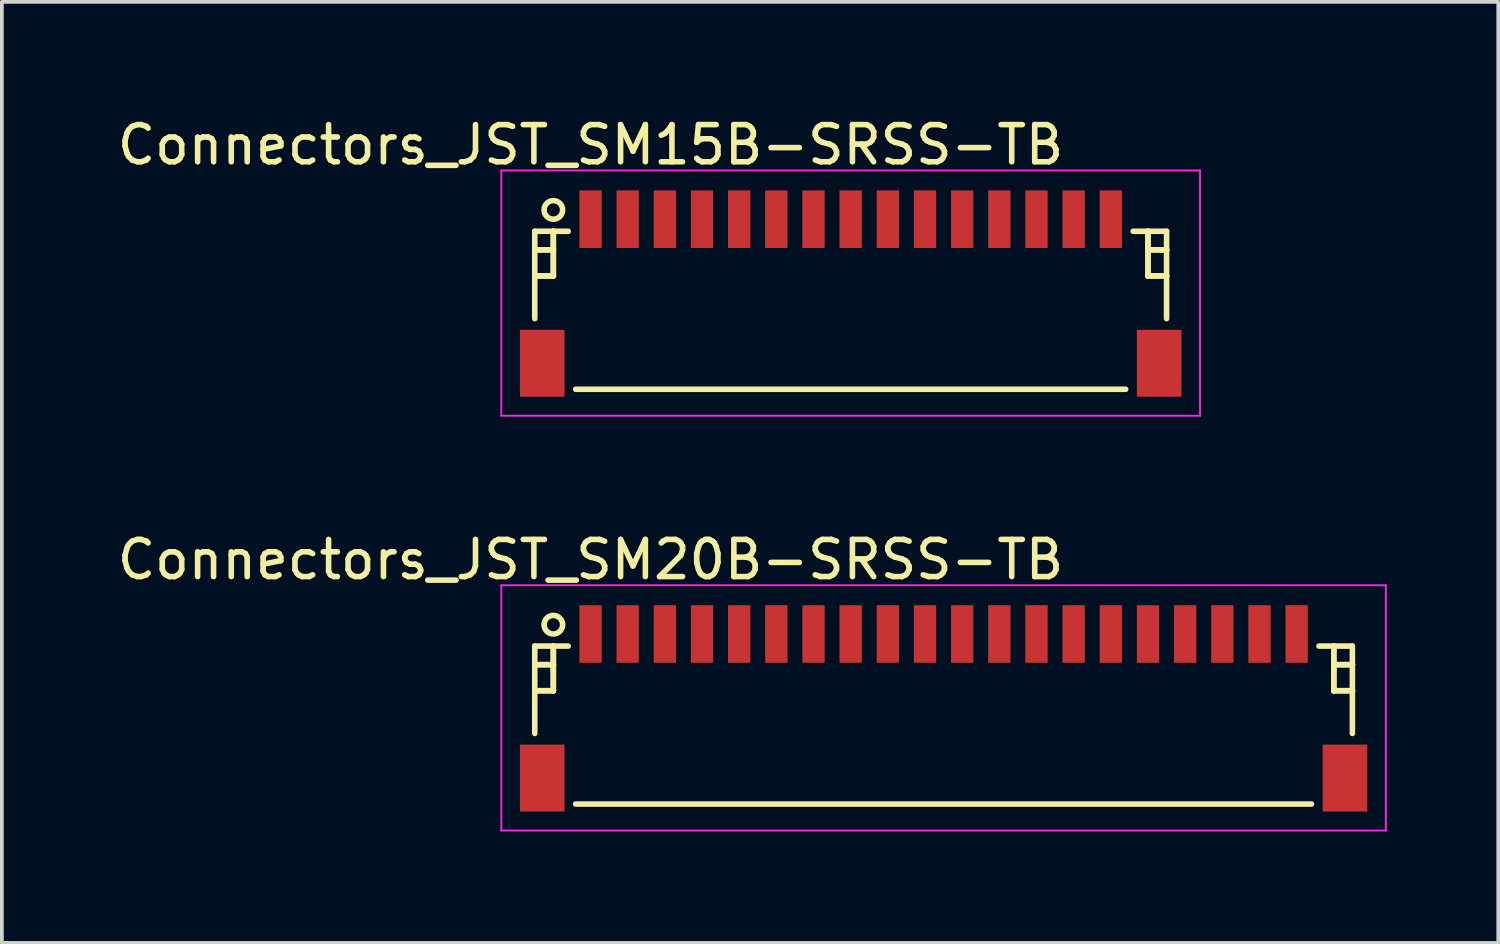
<source format=kicad_pcb>
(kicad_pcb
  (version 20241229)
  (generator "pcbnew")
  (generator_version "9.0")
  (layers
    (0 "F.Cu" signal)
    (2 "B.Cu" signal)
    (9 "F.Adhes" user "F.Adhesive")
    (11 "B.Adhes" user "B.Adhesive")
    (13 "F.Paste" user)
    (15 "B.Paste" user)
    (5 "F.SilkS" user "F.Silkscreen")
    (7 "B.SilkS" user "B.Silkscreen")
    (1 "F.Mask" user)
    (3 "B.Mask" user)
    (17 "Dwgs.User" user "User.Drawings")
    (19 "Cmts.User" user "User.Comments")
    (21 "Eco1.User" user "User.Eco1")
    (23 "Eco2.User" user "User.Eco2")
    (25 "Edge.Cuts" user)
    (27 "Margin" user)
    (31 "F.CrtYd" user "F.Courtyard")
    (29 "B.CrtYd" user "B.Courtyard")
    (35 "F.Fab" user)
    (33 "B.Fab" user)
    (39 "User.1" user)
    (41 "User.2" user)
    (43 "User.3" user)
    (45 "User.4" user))
  (footprint "Connectors_JST_SM20B-SRSS-TB"
    (layer "F.Cu")
    (at 22.339 15.947)
    (property "Reference" "Connectors_JST_SM20B-SRSS-TB" (at -9.5 -3.938 0) (layer "F.SilkS") (effects (font (size 1 1) (thickness 0.15))))
    (attr smd)
    (fp_line (start -11 -1.613) (end -10.1 -1.613) (stroke (width 0.15) (type solid)) (layer "F.SilkS"))
    (fp_line (start -11 -1.113) (end -11 -1.113) (stroke (width 0.15) (type solid)) (layer "F.SilkS"))
    (fp_line (start -11 -1.113) (end -10.5 -1.113) (stroke (width 0.15) (type solid)) (layer "F.SilkS"))
    (fp_line (start -11 -0.412) (end -11 -0.412) (stroke (width 0.15) (type solid)) (layer "F.SilkS"))
    (fp_line (start -11 -0.412) (end -10.5 -0.412) (stroke (width 0.15) (type solid)) (layer "F.SilkS"))
    (fp_line (start -11 0.738) (end -11 -1.613) (stroke (width 0.15) (type solid)) (layer "F.SilkS"))
    (fp_line (start -10.5 -1.613) (end -10.5 -1.613) (stroke (width 0.15) (type solid)) (layer "F.SilkS"))
    (fp_line (start -10.5 -1.613) (end -10.5 -0.412) (stroke (width 0.15) (type solid)) (layer "F.SilkS"))
    (fp_line (start -10.5 -1.113) (end -11 -1.113) (stroke (width 0.15) (type solid)) (layer "F.SilkS"))
    (fp_line (start -10.5 -1.113) (end -10.5 -1.113) (stroke (width 0.15) (type solid)) (layer "F.SilkS"))
    (fp_line (start -10.5 -0.412) (end -11 -0.412) (stroke (width 0.15) (type solid)) (layer "F.SilkS"))
    (fp_line (start -10.5 -0.412) (end -10.5 -1.613) (stroke (width 0.15) (type solid)) (layer "F.SilkS"))
    (fp_line (start -10.5 -0.412) (end -10.5 -0.412) (stroke (width 0.15) (type solid)) (layer "F.SilkS"))
    (fp_line (start -10.5 -0.412) (end -10.5 -0.412) (stroke (width 0.15) (type solid)) (layer "F.SilkS"))
    (fp_line (start -9.9 2.638) (end 9.9 2.638) (stroke (width 0.15) (type solid)) (layer "F.SilkS"))
    (fp_line (start 10.5 -1.613) (end 10.5 -1.613) (stroke (width 0.15) (type solid)) (layer "F.SilkS"))
    (fp_line (start 10.5 -1.613) (end 10.5 -0.412) (stroke (width 0.15) (type solid)) (layer "F.SilkS"))
    (fp_line (start 10.5 -1.113) (end 10.5 -1.113) (stroke (width 0.15) (type solid)) (layer "F.SilkS"))
    (fp_line (start 10.5 -1.113) (end 11 -1.113) (stroke (width 0.15) (type solid)) (layer "F.SilkS"))
    (fp_line (start 10.5 -0.412) (end 10.5 -1.613) (stroke (width 0.15) (type solid)) (layer "F.SilkS"))
    (fp_line (start 10.5 -0.412) (end 10.5 -0.412) (stroke (width 0.15) (type solid)) (layer "F.SilkS"))
    (fp_line (start 10.5 -0.412) (end 10.5 -0.412) (stroke (width 0.15) (type solid)) (layer "F.SilkS"))
    (fp_line (start 10.5 -0.412) (end 11 -0.412) (stroke (width 0.15) (type solid)) (layer "F.SilkS"))
    (fp_line (start 11 -1.613) (end 10.1 -1.613) (stroke (width 0.15) (type solid)) (layer "F.SilkS"))
    (fp_line (start 11 -1.113) (end 10.5 -1.113) (stroke (width 0.15) (type solid)) (layer "F.SilkS"))
    (fp_line (start 11 -1.113) (end 11 -1.113) (stroke (width 0.15) (type solid)) (layer "F.SilkS"))
    (fp_line (start 11 -0.412) (end 10.5 -0.412) (stroke (width 0.15) (type solid)) (layer "F.SilkS"))
    (fp_line (start 11 -0.412) (end 11 -0.412) (stroke (width 0.15) (type solid)) (layer "F.SilkS"))
    (fp_line (start 11 0.738) (end 11 -1.613) (stroke (width 0.15) (type solid)) (layer "F.SilkS"))
    (fp_circle (center -10.5 -2.188) (end -10.25 -2.188) (stroke (width 0.15) (type solid)) (fill no) (layer "F.SilkS"))
    (fp_line (start -11.9 -3.25) (end 11.9 -3.25) (stroke (width 0.05) (type solid)) (layer "F.CrtYd"))
    (fp_line (start -11.9 3.35) (end -11.9 -3.25) (stroke (width 0.05) (type solid)) (layer "F.CrtYd"))
    (fp_line (start 11.9 -3.25) (end 11.9 3.35) (stroke (width 0.05) (type solid)) (layer "F.CrtYd"))
    (fp_line (start 11.9 3.35) (end -11.9 3.35) (stroke (width 0.05) (type solid)) (layer "F.CrtYd"))
    (pad "" smd rect (at -10.8 1.938) (size 1.2 1.8) (layers "F.Cu" "F.Mask" "F.Paste"))
    (pad "" smd rect (at 10.8 1.938) (size 1.2 1.8) (layers "F.Cu" "F.Mask" "F.Paste"))
    (pad "1" smd rect (at -9.5 -1.938) (size 0.6 1.55) (layers "F.Cu" "F.Mask" "F.Paste"))
    (pad "2" smd rect (at -8.5 -1.938) (size 0.6 1.55) (layers "F.Cu" "F.Mask" "F.Paste"))
    (pad "3" smd rect (at -7.5 -1.938) (size 0.6 1.55) (layers "F.Cu" "F.Mask" "F.Paste"))
    (pad "4" smd rect (at -6.5 -1.938) (size 0.6 1.55) (layers "F.Cu" "F.Mask" "F.Paste"))
    (pad "5" smd rect (at -5.5 -1.938) (size 0.6 1.55) (layers "F.Cu" "F.Mask" "F.Paste"))
    (pad "6" smd rect (at -4.5 -1.938) (size 0.6 1.55) (layers "F.Cu" "F.Mask" "F.Paste"))
    (pad "7" smd rect (at -3.5 -1.938) (size 0.6 1.55) (layers "F.Cu" "F.Mask" "F.Paste"))
    (pad "8" smd rect (at -2.5 -1.938) (size 0.6 1.55) (layers "F.Cu" "F.Mask" "F.Paste"))
    (pad "9" smd rect (at -1.5 -1.938) (size 0.6 1.55) (layers "F.Cu" "F.Mask" "F.Paste"))
    (pad "10" smd rect (at -0.5 -1.938) (size 0.6 1.55) (layers "F.Cu" "F.Mask" "F.Paste"))
    (pad "11" smd rect (at 0.5 -1.938) (size 0.6 1.55) (layers "F.Cu" "F.Mask" "F.Paste"))
    (pad "12" smd rect (at 1.5 -1.938) (size 0.6 1.55) (layers "F.Cu" "F.Mask" "F.Paste"))
    (pad "13" smd rect (at 2.5 -1.938) (size 0.6 1.55) (layers "F.Cu" "F.Mask" "F.Paste"))
    (pad "14" smd rect (at 3.5 -1.938) (size 0.6 1.55) (layers "F.Cu" "F.Mask" "F.Paste"))
    (pad "15" smd rect (at 4.5 -1.938) (size 0.6 1.55) (layers "F.Cu" "F.Mask" "F.Paste"))
    (pad "16" smd rect (at 5.5 -1.938) (size 0.6 1.55) (layers "F.Cu" "F.Mask" "F.Paste"))
    (pad "17" smd rect (at 6.5 -1.938) (size 0.6 1.55) (layers "F.Cu" "F.Mask" "F.Paste"))
    (pad "18" smd rect (at 7.5 -1.938) (size 0.6 1.55) (layers "F.Cu" "F.Mask" "F.Paste"))
    (pad "19" smd rect (at 8.5 -1.938) (size 0.6 1.55) (layers "F.Cu" "F.Mask" "F.Paste"))
    (pad "20" smd rect (at 9.5 -1.938) (size 0.6 1.55) (layers "F.Cu" "F.Mask" "F.Paste")))
  (footprint "Connectors_JST_SM15B-SRSS-TB"
    (layer "F.Cu")
    (at 19.839 4.786)
    (property "Reference" "Connectors_JST_SM15B-SRSS-TB" (at -7 -3.938 0) (layer "F.SilkS") (effects (font (size 1 1) (thickness 0.15))))
    (attr smd)
    (fp_line (start -8.5 -1.613) (end -7.6 -1.613) (stroke (width 0.15) (type solid)) (layer "F.SilkS"))
    (fp_line (start -8.5 -1.113) (end -8.5 -1.113) (stroke (width 0.15) (type solid)) (layer "F.SilkS"))
    (fp_line (start -8.5 -1.113) (end -8 -1.113) (stroke (width 0.15) (type solid)) (layer "F.SilkS"))
    (fp_line (start -8.5 -0.412) (end -8.5 -0.412) (stroke (width 0.15) (type solid)) (layer "F.SilkS"))
    (fp_line (start -8.5 -0.412) (end -8 -0.412) (stroke (width 0.15) (type solid)) (layer "F.SilkS"))
    (fp_line (start -8.5 0.738) (end -8.5 -1.613) (stroke (width 0.15) (type solid)) (layer "F.SilkS"))
    (fp_line (start -8 -1.613) (end -8 -1.613) (stroke (width 0.15) (type solid)) (layer "F.SilkS"))
    (fp_line (start -8 -1.613) (end -8 -0.412) (stroke (width 0.15) (type solid)) (layer "F.SilkS"))
    (fp_line (start -8 -1.113) (end -8.5 -1.113) (stroke (width 0.15) (type solid)) (layer "F.SilkS"))
    (fp_line (start -8 -1.113) (end -8 -1.113) (stroke (width 0.15) (type solid)) (layer "F.SilkS"))
    (fp_line (start -8 -0.412) (end -8.5 -0.412) (stroke (width 0.15) (type solid)) (layer "F.SilkS"))
    (fp_line (start -8 -0.412) (end -8 -1.613) (stroke (width 0.15) (type solid)) (layer "F.SilkS"))
    (fp_line (start -8 -0.412) (end -8 -0.412) (stroke (width 0.15) (type solid)) (layer "F.SilkS"))
    (fp_line (start -8 -0.412) (end -8 -0.412) (stroke (width 0.15) (type solid)) (layer "F.SilkS"))
    (fp_line (start -7.4 2.638) (end 7.4 2.638) (stroke (width 0.15) (type solid)) (layer "F.SilkS"))
    (fp_line (start 8 -1.613) (end 8 -1.613) (stroke (width 0.15) (type solid)) (layer "F.SilkS"))
    (fp_line (start 8 -1.613) (end 8 -0.412) (stroke (width 0.15) (type solid)) (layer "F.SilkS"))
    (fp_line (start 8 -1.113) (end 8 -1.113) (stroke (width 0.15) (type solid)) (layer "F.SilkS"))
    (fp_line (start 8 -1.113) (end 8.5 -1.113) (stroke (width 0.15) (type solid)) (layer "F.SilkS"))
    (fp_line (start 8 -0.412) (end 8 -1.613) (stroke (width 0.15) (type solid)) (layer "F.SilkS"))
    (fp_line (start 8 -0.412) (end 8 -0.412) (stroke (width 0.15) (type solid)) (layer "F.SilkS"))
    (fp_line (start 8 -0.412) (end 8 -0.412) (stroke (width 0.15) (type solid)) (layer "F.SilkS"))
    (fp_line (start 8 -0.412) (end 8.5 -0.412) (stroke (width 0.15) (type solid)) (layer "F.SilkS"))
    (fp_line (start 8.5 -1.613) (end 7.6 -1.613) (stroke (width 0.15) (type solid)) (layer "F.SilkS"))
    (fp_line (start 8.5 -1.113) (end 8 -1.113) (stroke (width 0.15) (type solid)) (layer "F.SilkS"))
    (fp_line (start 8.5 -1.113) (end 8.5 -1.113) (stroke (width 0.15) (type solid)) (layer "F.SilkS"))
    (fp_line (start 8.5 -0.412) (end 8 -0.412) (stroke (width 0.15) (type solid)) (layer "F.SilkS"))
    (fp_line (start 8.5 -0.412) (end 8.5 -0.412) (stroke (width 0.15) (type solid)) (layer "F.SilkS"))
    (fp_line (start 8.5 0.738) (end 8.5 -1.613) (stroke (width 0.15) (type solid)) (layer "F.SilkS"))
    (fp_circle (center -8 -2.188) (end -7.75 -2.188) (stroke (width 0.15) (type solid)) (fill no) (layer "F.SilkS"))
    (fp_line (start -9.4 -3.25) (end 9.4 -3.25) (stroke (width 0.05) (type solid)) (layer "F.CrtYd"))
    (fp_line (start -9.4 3.35) (end -9.4 -3.25) (stroke (width 0.05) (type solid)) (layer "F.CrtYd"))
    (fp_line (start 9.4 -3.25) (end 9.4 3.35) (stroke (width 0.05) (type solid)) (layer "F.CrtYd"))
    (fp_line (start 9.4 3.35) (end -9.4 3.35) (stroke (width 0.05) (type solid)) (layer "F.CrtYd"))
    (pad "" smd rect (at -8.3 1.938) (size 1.2 1.8) (layers "F.Cu" "F.Mask" "F.Paste"))
    (pad "" smd rect (at 8.3 1.938) (size 1.2 1.8) (layers "F.Cu" "F.Mask" "F.Paste"))
    (pad "1" smd rect (at -7 -1.938) (size 0.6 1.55) (layers "F.Cu" "F.Mask" "F.Paste"))
    (pad "2" smd rect (at -6 -1.938) (size 0.6 1.55) (layers "F.Cu" "F.Mask" "F.Paste"))
    (pad "3" smd rect (at -5 -1.938) (size 0.6 1.55) (layers "F.Cu" "F.Mask" "F.Paste"))
    (pad "4" smd rect (at -4 -1.938) (size 0.6 1.55) (layers "F.Cu" "F.Mask" "F.Paste"))
    (pad "5" smd rect (at -3 -1.938) (size 0.6 1.55) (layers "F.Cu" "F.Mask" "F.Paste"))
    (pad "6" smd rect (at -2 -1.938) (size 0.6 1.55) (layers "F.Cu" "F.Mask" "F.Paste"))
    (pad "7" smd rect (at -1 -1.938) (size 0.6 1.55) (layers "F.Cu" "F.Mask" "F.Paste"))
    (pad "8" smd rect (at 0 -1.938) (size 0.6 1.55) (layers "F.Cu" "F.Mask" "F.Paste"))
    (pad "9" smd rect (at 1 -1.938) (size 0.6 1.55) (layers "F.Cu" "F.Mask" "F.Paste"))
    (pad "10" smd rect (at 2 -1.938) (size 0.6 1.55) (layers "F.Cu" "F.Mask" "F.Paste"))
    (pad "11" smd rect (at 3 -1.938) (size 0.6 1.55) (layers "F.Cu" "F.Mask" "F.Paste"))
    (pad "12" smd rect (at 4 -1.938) (size 0.6 1.55) (layers "F.Cu" "F.Mask" "F.Paste"))
    (pad "13" smd rect (at 5 -1.938) (size 0.6 1.55) (layers "F.Cu" "F.Mask" "F.Paste"))
    (pad "14" smd rect (at 6 -1.938) (size 0.6 1.55) (layers "F.Cu" "F.Mask" "F.Paste"))
    (pad "15" smd rect (at 7 -1.938) (size 0.6 1.55) (layers "F.Cu" "F.Mask" "F.Paste")))
  (gr_rect
    (start -3 -3)
    (end 37.264 22.322)
    (stroke (width 0.1) (type default))
    (fill no)
    (layer "Edge.Cuts")))
</source>
